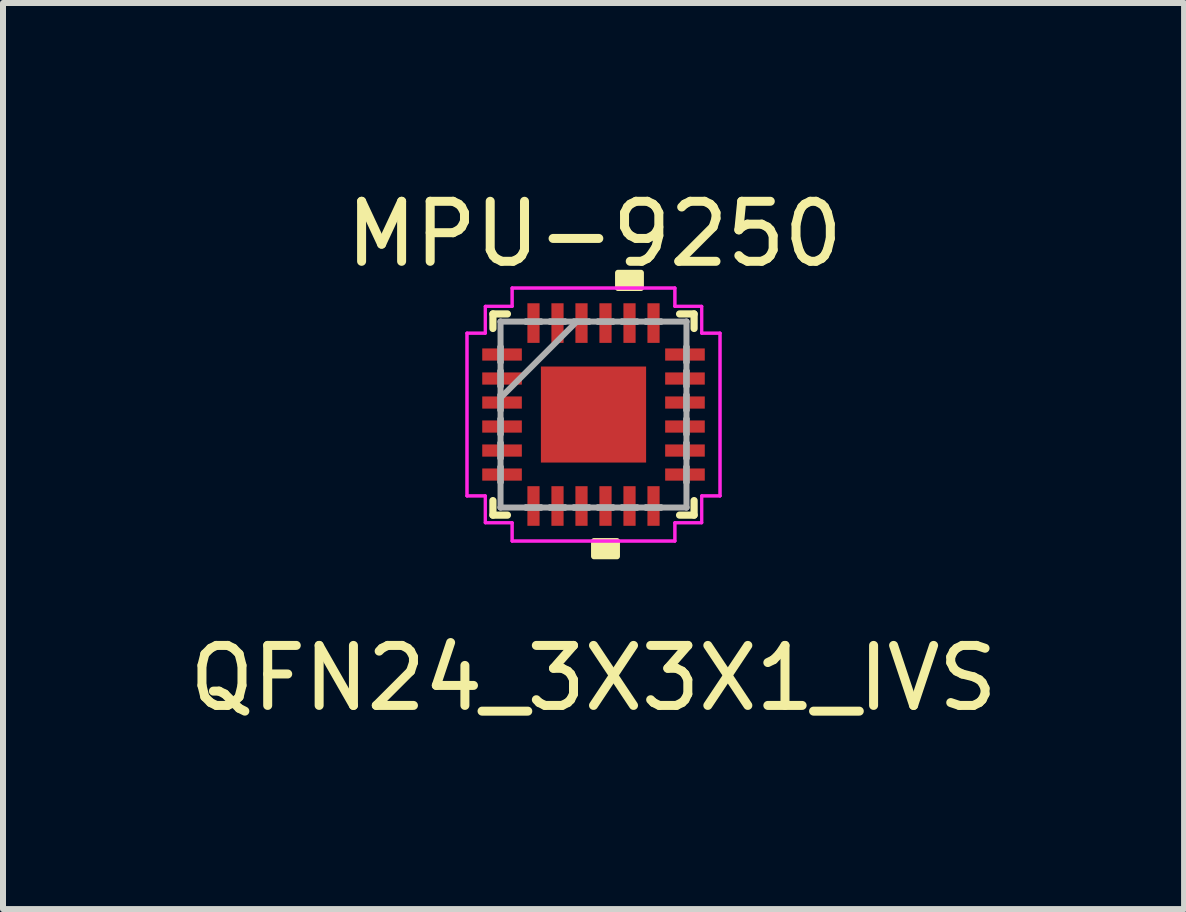
<source format=kicad_pcb>
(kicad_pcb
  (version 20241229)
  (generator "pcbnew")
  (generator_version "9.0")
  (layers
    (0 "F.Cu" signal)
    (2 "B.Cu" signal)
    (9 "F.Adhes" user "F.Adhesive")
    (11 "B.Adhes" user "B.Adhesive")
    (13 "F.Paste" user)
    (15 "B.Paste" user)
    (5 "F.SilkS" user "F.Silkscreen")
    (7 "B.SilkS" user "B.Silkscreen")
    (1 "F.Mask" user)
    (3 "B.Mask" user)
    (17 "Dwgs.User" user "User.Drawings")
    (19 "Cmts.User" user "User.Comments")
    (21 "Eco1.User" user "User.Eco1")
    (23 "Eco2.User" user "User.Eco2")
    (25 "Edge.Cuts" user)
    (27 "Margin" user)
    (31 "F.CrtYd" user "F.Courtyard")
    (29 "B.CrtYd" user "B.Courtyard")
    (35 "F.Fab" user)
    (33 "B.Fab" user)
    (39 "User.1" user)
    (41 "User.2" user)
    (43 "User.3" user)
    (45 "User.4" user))
  (footprint "MPU-9250"
    (layer "F.Cu")
    (at 6.839 3.857)
    (property "Reference" "MPU-9250" (at 0.017 -3.008 0) (layer "F.SilkS") (effects (font (size 1 1) (thickness 0.15))))
    (attr through_hole)
    (fp_line (start -1.676 -1.676) (end -1.676 -1.434) (stroke (width 0.12) (type solid)) (layer "F.SilkS"))
    (fp_line (start -1.676 1.434) (end -1.676 1.676) (stroke (width 0.12) (type solid)) (layer "F.SilkS"))
    (fp_line (start -1.676 1.676) (end -1.434 1.676) (stroke (width 0.12) (type solid)) (layer "F.SilkS"))
    (fp_line (start -1.434 -1.676) (end -1.676 -1.676) (stroke (width 0.12) (type solid)) (layer "F.SilkS"))
    (fp_line (start 1.434 1.676) (end 1.676 1.676) (stroke (width 0.12) (type solid)) (layer "F.SilkS"))
    (fp_line (start 1.676 -1.676) (end 1.434 -1.676) (stroke (width 0.12) (type solid)) (layer "F.SilkS"))
    (fp_line (start 1.676 -1.434) (end 1.676 -1.676) (stroke (width 0.12) (type solid)) (layer "F.SilkS"))
    (fp_line (start 1.676 1.676) (end 1.676 1.434) (stroke (width 0.12) (type solid)) (layer "F.SilkS"))
    (fp_poly (pts (xy 0.009 2.108) (xy 0.009 2.362) (xy 0.391 2.362) (xy 0.391 2.108)) (stroke (width 0.1) (type solid)) (fill yes) (layer "F.SilkS"))
    (fp_poly (pts (xy 0.409 -2.108) (xy 0.409 -2.362) (xy 0.79 -2.362) (xy 0.79 -2.108)) (stroke (width 0.1) (type solid)) (fill yes) (layer "F.SilkS"))
    (fp_line (start -2.108 -1.356) (end -1.803 -1.356) (stroke (width 0.05) (type solid)) (layer "F.CrtYd"))
    (fp_line (start -2.108 -1.356) (end -1.803 -1.356) (stroke (width 0.05) (type solid)) (layer "F.CrtYd"))
    (fp_line (start -2.108 1.356) (end -2.108 -1.356) (stroke (width 0.05) (type solid)) (layer "F.CrtYd"))
    (fp_line (start -2.108 1.356) (end -2.108 -1.356) (stroke (width 0.05) (type solid)) (layer "F.CrtYd"))
    (fp_line (start -1.803 -1.803) (end -1.356 -1.803) (stroke (width 0.05) (type solid)) (layer "F.CrtYd"))
    (fp_line (start -1.803 -1.803) (end -1.356 -1.803) (stroke (width 0.05) (type solid)) (layer "F.CrtYd"))
    (fp_line (start -1.803 -1.356) (end -1.803 -1.803) (stroke (width 0.05) (type solid)) (layer "F.CrtYd"))
    (fp_line (start -1.803 -1.356) (end -1.803 -1.803) (stroke (width 0.05) (type solid)) (layer "F.CrtYd"))
    (fp_line (start -1.803 1.356) (end -2.108 1.356) (stroke (width 0.05) (type solid)) (layer "F.CrtYd"))
    (fp_line (start -1.803 1.356) (end -2.108 1.356) (stroke (width 0.05) (type solid)) (layer "F.CrtYd"))
    (fp_line (start -1.803 1.803) (end -1.803 1.356) (stroke (width 0.05) (type solid)) (layer "F.CrtYd"))
    (fp_line (start -1.803 1.803) (end -1.803 1.356) (stroke (width 0.05) (type solid)) (layer "F.CrtYd"))
    (fp_line (start -1.356 -2.108) (end 1.356 -2.108) (stroke (width 0.05) (type solid)) (layer "F.CrtYd"))
    (fp_line (start -1.356 -2.108) (end 1.356 -2.108) (stroke (width 0.05) (type solid)) (layer "F.CrtYd"))
    (fp_line (start -1.356 -1.803) (end -1.356 -2.108) (stroke (width 0.05) (type solid)) (layer "F.CrtYd"))
    (fp_line (start -1.356 -1.803) (end -1.356 -2.108) (stroke (width 0.05) (type solid)) (layer "F.CrtYd"))
    (fp_line (start -1.356 1.803) (end -1.803 1.803) (stroke (width 0.05) (type solid)) (layer "F.CrtYd"))
    (fp_line (start -1.356 1.803) (end -1.803 1.803) (stroke (width 0.05) (type solid)) (layer "F.CrtYd"))
    (fp_line (start -1.356 2.108) (end -1.356 1.803) (stroke (width 0.05) (type solid)) (layer "F.CrtYd"))
    (fp_line (start -1.356 2.108) (end -1.356 1.803) (stroke (width 0.05) (type solid)) (layer "F.CrtYd"))
    (fp_line (start 1.356 -2.108) (end 1.356 -1.803) (stroke (width 0.05) (type solid)) (layer "F.CrtYd"))
    (fp_line (start 1.356 -2.108) (end 1.356 -1.803) (stroke (width 0.05) (type solid)) (layer "F.CrtYd"))
    (fp_line (start 1.356 -1.803) (end 1.803 -1.803) (stroke (width 0.05) (type solid)) (layer "F.CrtYd"))
    (fp_line (start 1.356 -1.803) (end 1.803 -1.803) (stroke (width 0.05) (type solid)) (layer "F.CrtYd"))
    (fp_line (start 1.356 1.803) (end 1.356 2.108) (stroke (width 0.05) (type solid)) (layer "F.CrtYd"))
    (fp_line (start 1.356 1.803) (end 1.356 2.108) (stroke (width 0.05) (type solid)) (layer "F.CrtYd"))
    (fp_line (start 1.356 2.108) (end -1.356 2.108) (stroke (width 0.05) (type solid)) (layer "F.CrtYd"))
    (fp_line (start 1.356 2.108) (end -1.356 2.108) (stroke (width 0.05) (type solid)) (layer "F.CrtYd"))
    (fp_line (start 1.803 -1.803) (end 1.803 -1.356) (stroke (width 0.05) (type solid)) (layer "F.CrtYd"))
    (fp_line (start 1.803 -1.803) (end 1.803 -1.356) (stroke (width 0.05) (type solid)) (layer "F.CrtYd"))
    (fp_line (start 1.803 -1.356) (end 2.108 -1.356) (stroke (width 0.05) (type solid)) (layer "F.CrtYd"))
    (fp_line (start 1.803 -1.356) (end 2.108 -1.356) (stroke (width 0.05) (type solid)) (layer "F.CrtYd"))
    (fp_line (start 1.803 1.356) (end 1.803 1.803) (stroke (width 0.05) (type solid)) (layer "F.CrtYd"))
    (fp_line (start 1.803 1.356) (end 1.803 1.803) (stroke (width 0.05) (type solid)) (layer "F.CrtYd"))
    (fp_line (start 1.803 1.803) (end 1.356 1.803) (stroke (width 0.05) (type solid)) (layer "F.CrtYd"))
    (fp_line (start 1.803 1.803) (end 1.356 1.803) (stroke (width 0.05) (type solid)) (layer "F.CrtYd"))
    (fp_line (start 2.108 -1.356) (end 2.108 1.356) (stroke (width 0.05) (type solid)) (layer "F.CrtYd"))
    (fp_line (start 2.108 -1.356) (end 2.108 1.356) (stroke (width 0.05) (type solid)) (layer "F.CrtYd"))
    (fp_line (start 2.108 1.356) (end 1.803 1.356) (stroke (width 0.05) (type solid)) (layer "F.CrtYd"))
    (fp_line (start 2.108 1.356) (end 1.803 1.356) (stroke (width 0.05) (type solid)) (layer "F.CrtYd"))
    (fp_line (start -1.549 -1.549) (end -1.549 -1.549) (stroke (width 0.1) (type solid)) (layer "F.Fab"))
    (fp_line (start -1.549 -1.549) (end -1.549 1.549) (stroke (width 0.1) (type solid)) (layer "F.Fab"))
    (fp_line (start -1.549 -1.127) (end -1.549 -1.127) (stroke (width 0.1) (type solid)) (layer "F.Fab"))
    (fp_line (start -1.549 -1.127) (end -1.549 -0.873) (stroke (width 0.1) (type solid)) (layer "F.Fab"))
    (fp_line (start -1.549 -0.873) (end -1.549 -1.127) (stroke (width 0.1) (type solid)) (layer "F.Fab"))
    (fp_line (start -1.549 -0.873) (end -1.549 -0.873) (stroke (width 0.1) (type solid)) (layer "F.Fab"))
    (fp_line (start -1.549 -0.727) (end -1.549 -0.727) (stroke (width 0.1) (type solid)) (layer "F.Fab"))
    (fp_line (start -1.549 -0.727) (end -1.549 -0.473) (stroke (width 0.1) (type solid)) (layer "F.Fab"))
    (fp_line (start -1.549 -0.473) (end -1.549 -0.727) (stroke (width 0.1) (type solid)) (layer "F.Fab"))
    (fp_line (start -1.549 -0.473) (end -1.549 -0.473) (stroke (width 0.1) (type solid)) (layer "F.Fab"))
    (fp_line (start -1.549 -0.327) (end -1.549 -0.327) (stroke (width 0.1) (type solid)) (layer "F.Fab"))
    (fp_line (start -1.549 -0.327) (end -1.549 -0.073) (stroke (width 0.1) (type solid)) (layer "F.Fab"))
    (fp_line (start -1.549 -0.279) (end -0.279 -1.549) (stroke (width 0.1) (type solid)) (layer "F.Fab"))
    (fp_line (start -1.549 -0.073) (end -1.549 -0.327) (stroke (width 0.1) (type solid)) (layer "F.Fab"))
    (fp_line (start -1.549 -0.073) (end -1.549 -0.073) (stroke (width 0.1) (type solid)) (layer "F.Fab"))
    (fp_line (start -1.549 0.073) (end -1.549 0.073) (stroke (width 0.1) (type solid)) (layer "F.Fab"))
    (fp_line (start -1.549 0.073) (end -1.549 0.327) (stroke (width 0.1) (type solid)) (layer "F.Fab"))
    (fp_line (start -1.549 0.327) (end -1.549 0.073) (stroke (width 0.1) (type solid)) (layer "F.Fab"))
    (fp_line (start -1.549 0.327) (end -1.549 0.327) (stroke (width 0.1) (type solid)) (layer "F.Fab"))
    (fp_line (start -1.549 0.473) (end -1.549 0.473) (stroke (width 0.1) (type solid)) (layer "F.Fab"))
    (fp_line (start -1.549 0.473) (end -1.549 0.727) (stroke (width 0.1) (type solid)) (layer "F.Fab"))
    (fp_line (start -1.549 0.727) (end -1.549 0.473) (stroke (width 0.1) (type solid)) (layer "F.Fab"))
    (fp_line (start -1.549 0.727) (end -1.549 0.727) (stroke (width 0.1) (type solid)) (layer "F.Fab"))
    (fp_line (start -1.549 0.873) (end -1.549 0.873) (stroke (width 0.1) (type solid)) (layer "F.Fab"))
    (fp_line (start -1.549 0.873) (end -1.549 1.127) (stroke (width 0.1) (type solid)) (layer "F.Fab"))
    (fp_line (start -1.549 1.127) (end -1.549 0.873) (stroke (width 0.1) (type solid)) (layer "F.Fab"))
    (fp_line (start -1.549 1.127) (end -1.549 1.127) (stroke (width 0.1) (type solid)) (layer "F.Fab"))
    (fp_line (start -1.549 1.549) (end -1.549 1.549) (stroke (width 0.1) (type solid)) (layer "F.Fab"))
    (fp_line (start -1.549 1.549) (end 1.549 1.549) (stroke (width 0.1) (type solid)) (layer "F.Fab"))
    (fp_line (start -1.127 -1.549) (end -1.127 -1.549) (stroke (width 0.1) (type solid)) (layer "F.Fab"))
    (fp_line (start -1.127 -1.549) (end -0.873 -1.549) (stroke (width 0.1) (type solid)) (layer "F.Fab"))
    (fp_line (start -1.127 1.549) (end -1.127 1.549) (stroke (width 0.1) (type solid)) (layer "F.Fab"))
    (fp_line (start -1.127 1.549) (end -0.873 1.549) (stroke (width 0.1) (type solid)) (layer "F.Fab"))
    (fp_line (start -0.873 -1.549) (end -1.127 -1.549) (stroke (width 0.1) (type solid)) (layer "F.Fab"))
    (fp_line (start -0.873 -1.549) (end -0.873 -1.549) (stroke (width 0.1) (type solid)) (layer "F.Fab"))
    (fp_line (start -0.873 1.549) (end -1.127 1.549) (stroke (width 0.1) (type solid)) (layer "F.Fab"))
    (fp_line (start -0.873 1.549) (end -0.873 1.549) (stroke (width 0.1) (type solid)) (layer "F.Fab"))
    (fp_line (start -0.727 -1.549) (end -0.727 -1.549) (stroke (width 0.1) (type solid)) (layer "F.Fab"))
    (fp_line (start -0.727 -1.549) (end -0.473 -1.549) (stroke (width 0.1) (type solid)) (layer "F.Fab"))
    (fp_line (start -0.727 1.549) (end -0.727 1.549) (stroke (width 0.1) (type solid)) (layer "F.Fab"))
    (fp_line (start -0.727 1.549) (end -0.473 1.549) (stroke (width 0.1) (type solid)) (layer "F.Fab"))
    (fp_line (start -0.473 -1.549) (end -0.727 -1.549) (stroke (width 0.1) (type solid)) (layer "F.Fab"))
    (fp_line (start -0.473 -1.549) (end -0.473 -1.549) (stroke (width 0.1) (type solid)) (layer "F.Fab"))
    (fp_line (start -0.473 1.549) (end -0.727 1.549) (stroke (width 0.1) (type solid)) (layer "F.Fab"))
    (fp_line (start -0.473 1.549) (end -0.473 1.549) (stroke (width 0.1) (type solid)) (layer "F.Fab"))
    (fp_line (start -0.327 -1.549) (end -0.327 -1.549) (stroke (width 0.1) (type solid)) (layer "F.Fab"))
    (fp_line (start -0.327 -1.549) (end -0.073 -1.549) (stroke (width 0.1) (type solid)) (layer "F.Fab"))
    (fp_line (start -0.327 1.549) (end -0.327 1.549) (stroke (width 0.1) (type solid)) (layer "F.Fab"))
    (fp_line (start -0.327 1.549) (end -0.073 1.549) (stroke (width 0.1) (type solid)) (layer "F.Fab"))
    (fp_line (start -0.073 -1.549) (end -0.327 -1.549) (stroke (width 0.1) (type solid)) (layer "F.Fab"))
    (fp_line (start -0.073 -1.549) (end -0.073 -1.549) (stroke (width 0.1) (type solid)) (layer "F.Fab"))
    (fp_line (start -0.073 1.549) (end -0.327 1.549) (stroke (width 0.1) (type solid)) (layer "F.Fab"))
    (fp_line (start -0.073 1.549) (end -0.073 1.549) (stroke (width 0.1) (type solid)) (layer "F.Fab"))
    (fp_line (start 0.073 -1.549) (end 0.073 -1.549) (stroke (width 0.1) (type solid)) (layer "F.Fab"))
    (fp_line (start 0.073 -1.549) (end 0.327 -1.549) (stroke (width 0.1) (type solid)) (layer "F.Fab"))
    (fp_line (start 0.073 1.549) (end 0.073 1.549) (stroke (width 0.1) (type solid)) (layer "F.Fab"))
    (fp_line (start 0.073 1.549) (end 0.327 1.549) (stroke (width 0.1) (type solid)) (layer "F.Fab"))
    (fp_line (start 0.327 -1.549) (end 0.073 -1.549) (stroke (width 0.1) (type solid)) (layer "F.Fab"))
    (fp_line (start 0.327 -1.549) (end 0.327 -1.549) (stroke (width 0.1) (type solid)) (layer "F.Fab"))
    (fp_line (start 0.327 1.549) (end 0.073 1.549) (stroke (width 0.1) (type solid)) (layer "F.Fab"))
    (fp_line (start 0.327 1.549) (end 0.327 1.549) (stroke (width 0.1) (type solid)) (layer "F.Fab"))
    (fp_line (start 0.473 -1.549) (end 0.473 -1.549) (stroke (width 0.1) (type solid)) (layer "F.Fab"))
    (fp_line (start 0.473 -1.549) (end 0.727 -1.549) (stroke (width 0.1) (type solid)) (layer "F.Fab"))
    (fp_line (start 0.473 1.549) (end 0.473 1.549) (stroke (width 0.1) (type solid)) (layer "F.Fab"))
    (fp_line (start 0.473 1.549) (end 0.727 1.549) (stroke (width 0.1) (type solid)) (layer "F.Fab"))
    (fp_line (start 0.727 -1.549) (end 0.473 -1.549) (stroke (width 0.1) (type solid)) (layer "F.Fab"))
    (fp_line (start 0.727 -1.549) (end 0.727 -1.549) (stroke (width 0.1) (type solid)) (layer "F.Fab"))
    (fp_line (start 0.727 1.549) (end 0.473 1.549) (stroke (width 0.1) (type solid)) (layer "F.Fab"))
    (fp_line (start 0.727 1.549) (end 0.727 1.549) (stroke (width 0.1) (type solid)) (layer "F.Fab"))
    (fp_line (start 0.873 -1.549) (end 0.873 -1.549) (stroke (width 0.1) (type solid)) (layer "F.Fab"))
    (fp_line (start 0.873 -1.549) (end 1.127 -1.549) (stroke (width 0.1) (type solid)) (layer "F.Fab"))
    (fp_line (start 0.873 1.549) (end 0.873 1.549) (stroke (width 0.1) (type solid)) (layer "F.Fab"))
    (fp_line (start 0.873 1.549) (end 1.127 1.549) (stroke (width 0.1) (type solid)) (layer "F.Fab"))
    (fp_line (start 1.127 -1.549) (end 0.873 -1.549) (stroke (width 0.1) (type solid)) (layer "F.Fab"))
    (fp_line (start 1.127 -1.549) (end 1.127 -1.549) (stroke (width 0.1) (type solid)) (layer "F.Fab"))
    (fp_line (start 1.127 1.549) (end 0.873 1.549) (stroke (width 0.1) (type solid)) (layer "F.Fab"))
    (fp_line (start 1.127 1.549) (end 1.127 1.549) (stroke (width 0.1) (type solid)) (layer "F.Fab"))
    (fp_line (start 1.549 -1.549) (end -1.549 -1.549) (stroke (width 0.1) (type solid)) (layer "F.Fab"))
    (fp_line (start 1.549 -1.549) (end 1.549 -1.549) (stroke (width 0.1) (type solid)) (layer "F.Fab"))
    (fp_line (start 1.549 -1.127) (end 1.549 -1.127) (stroke (width 0.1) (type solid)) (layer "F.Fab"))
    (fp_line (start 1.549 -1.127) (end 1.549 -0.873) (stroke (width 0.1) (type solid)) (layer "F.Fab"))
    (fp_line (start 1.549 -0.873) (end 1.549 -1.127) (stroke (width 0.1) (type solid)) (layer "F.Fab"))
    (fp_line (start 1.549 -0.873) (end 1.549 -0.873) (stroke (width 0.1) (type solid)) (layer "F.Fab"))
    (fp_line (start 1.549 -0.727) (end 1.549 -0.727) (stroke (width 0.1) (type solid)) (layer "F.Fab"))
    (fp_line (start 1.549 -0.727) (end 1.549 -0.473) (stroke (width 0.1) (type solid)) (layer "F.Fab"))
    (fp_line (start 1.549 -0.473) (end 1.549 -0.727) (stroke (width 0.1) (type solid)) (layer "F.Fab"))
    (fp_line (start 1.549 -0.473) (end 1.549 -0.473) (stroke (width 0.1) (type solid)) (layer "F.Fab"))
    (fp_line (start 1.549 -0.327) (end 1.549 -0.327) (stroke (width 0.1) (type solid)) (layer "F.Fab"))
    (fp_line (start 1.549 -0.327) (end 1.549 -0.073) (stroke (width 0.1) (type solid)) (layer "F.Fab"))
    (fp_line (start 1.549 -0.073) (end 1.549 -0.327) (stroke (width 0.1) (type solid)) (layer "F.Fab"))
    (fp_line (start 1.549 -0.073) (end 1.549 -0.073) (stroke (width 0.1) (type solid)) (layer "F.Fab"))
    (fp_line (start 1.549 0.073) (end 1.549 0.073) (stroke (width 0.1) (type solid)) (layer "F.Fab"))
    (fp_line (start 1.549 0.073) (end 1.549 0.327) (stroke (width 0.1) (type solid)) (layer "F.Fab"))
    (fp_line (start 1.549 0.327) (end 1.549 0.073) (stroke (width 0.1) (type solid)) (layer "F.Fab"))
    (fp_line (start 1.549 0.327) (end 1.549 0.327) (stroke (width 0.1) (type solid)) (layer "F.Fab"))
    (fp_line (start 1.549 0.473) (end 1.549 0.473) (stroke (width 0.1) (type solid)) (layer "F.Fab"))
    (fp_line (start 1.549 0.473) (end 1.549 0.727) (stroke (width 0.1) (type solid)) (layer "F.Fab"))
    (fp_line (start 1.549 0.727) (end 1.549 0.473) (stroke (width 0.1) (type solid)) (layer "F.Fab"))
    (fp_line (start 1.549 0.727) (end 1.549 0.727) (stroke (width 0.1) (type solid)) (layer "F.Fab"))
    (fp_line (start 1.549 0.873) (end 1.549 0.873) (stroke (width 0.1) (type solid)) (layer "F.Fab"))
    (fp_line (start 1.549 0.873) (end 1.549 1.127) (stroke (width 0.1) (type solid)) (layer "F.Fab"))
    (fp_line (start 1.549 1.127) (end 1.549 0.873) (stroke (width 0.1) (type solid)) (layer "F.Fab"))
    (fp_line (start 1.549 1.127) (end 1.549 1.127) (stroke (width 0.1) (type solid)) (layer "F.Fab"))
    (fp_line (start 1.549 1.549) (end 1.549 -1.549) (stroke (width 0.1) (type solid)) (layer "F.Fab"))
    (fp_line (start 1.549 1.549) (end 1.549 1.549) (stroke (width 0.1) (type solid)) (layer "F.Fab"))
    (fp_text user "QFN24_3X3X1_IVS" (at 0 4.392 0) (layer "F.SilkS") (effects (font (size 1 1) (thickness 0.15))))
    (pad "1" smd rect (at -1.524 -1 90) (size 0.203 0.66) (layers "F.Cu" "F.Mask" "F.Paste"))
    (pad "2" smd rect (at -1.524 -0.6 90) (size 0.203 0.66) (layers "F.Cu" "F.Mask" "F.Paste"))
    (pad "3" smd rect (at -1.524 -0.2 90) (size 0.203 0.66) (layers "F.Cu" "F.Mask" "F.Paste"))
    (pad "4" smd rect (at -1.524 0.2 90) (size 0.203 0.66) (layers "F.Cu" "F.Mask" "F.Paste"))
    (pad "5" smd rect (at -1.524 0.6 90) (size 0.203 0.66) (layers "F.Cu" "F.Mask" "F.Paste"))
    (pad "6" smd rect (at -1.524 1 90) (size 0.203 0.66) (layers "F.Cu" "F.Mask" "F.Paste"))
    (pad "7" smd rect (at -1 1.524) (size 0.203 0.66) (layers "F.Cu" "F.Mask" "F.Paste"))
    (pad "8" smd rect (at -0.6 1.524) (size 0.203 0.66) (layers "F.Cu" "F.Mask" "F.Paste"))
    (pad "9" smd rect (at -0.2 1.524) (size 0.203 0.66) (layers "F.Cu" "F.Mask" "F.Paste"))
    (pad "10" smd rect (at 0.2 1.524) (size 0.203 0.66) (layers "F.Cu" "F.Mask" "F.Paste"))
    (pad "11" smd rect (at 0.6 1.524) (size 0.203 0.66) (layers "F.Cu" "F.Mask" "F.Paste"))
    (pad "12" smd rect (at 1 1.524) (size 0.203 0.66) (layers "F.Cu" "F.Mask" "F.Paste"))
    (pad "13" smd rect (at 1.524 1 90) (size 0.203 0.66) (layers "F.Cu" "F.Mask" "F.Paste"))
    (pad "14" smd rect (at 1.524 0.6 90) (size 0.203 0.66) (layers "F.Cu" "F.Mask" "F.Paste"))
    (pad "15" smd rect (at 1.524 0.2 90) (size 0.203 0.66) (layers "F.Cu" "F.Mask" "F.Paste"))
    (pad "16" smd rect (at 1.524 -0.2 90) (size 0.203 0.66) (layers "F.Cu" "F.Mask" "F.Paste"))
    (pad "17" smd rect (at 1.524 -0.6 90) (size 0.203 0.66) (layers "F.Cu" "F.Mask" "F.Paste"))
    (pad "18" smd rect (at 1.524 -1 90) (size 0.203 0.66) (layers "F.Cu" "F.Mask" "F.Paste"))
    (pad "19" smd rect (at 1 -1.524) (size 0.203 0.66) (layers "F.Cu" "F.Mask" "F.Paste"))
    (pad "20" smd rect (at 0.6 -1.524) (size 0.203 0.66) (layers "F.Cu" "F.Mask" "F.Paste"))
    (pad "21" smd rect (at 0.2 -1.524) (size 0.203 0.66) (layers "F.Cu" "F.Mask" "F.Paste"))
    (pad "22" smd rect (at -0.2 -1.524) (size 0.203 0.66) (layers "F.Cu" "F.Mask" "F.Paste"))
    (pad "23" smd rect (at -0.6 -1.524) (size 0.203 0.66) (layers "F.Cu" "F.Mask" "F.Paste"))
    (pad "24" smd rect (at -1 -1.524) (size 0.203 0.66) (layers "F.Cu" "F.Mask" "F.Paste"))
    (pad "25" smd rect (at 0 0) (size 1.753 1.6) (layers "F.Cu" "F.Mask" "F.Paste")))
  (gr_rect
    (start -3 -3)
    (end 16.679 12.097)
    (stroke (width 0.1) (type default))
    (fill no)
    (layer "Edge.Cuts")))
</source>
